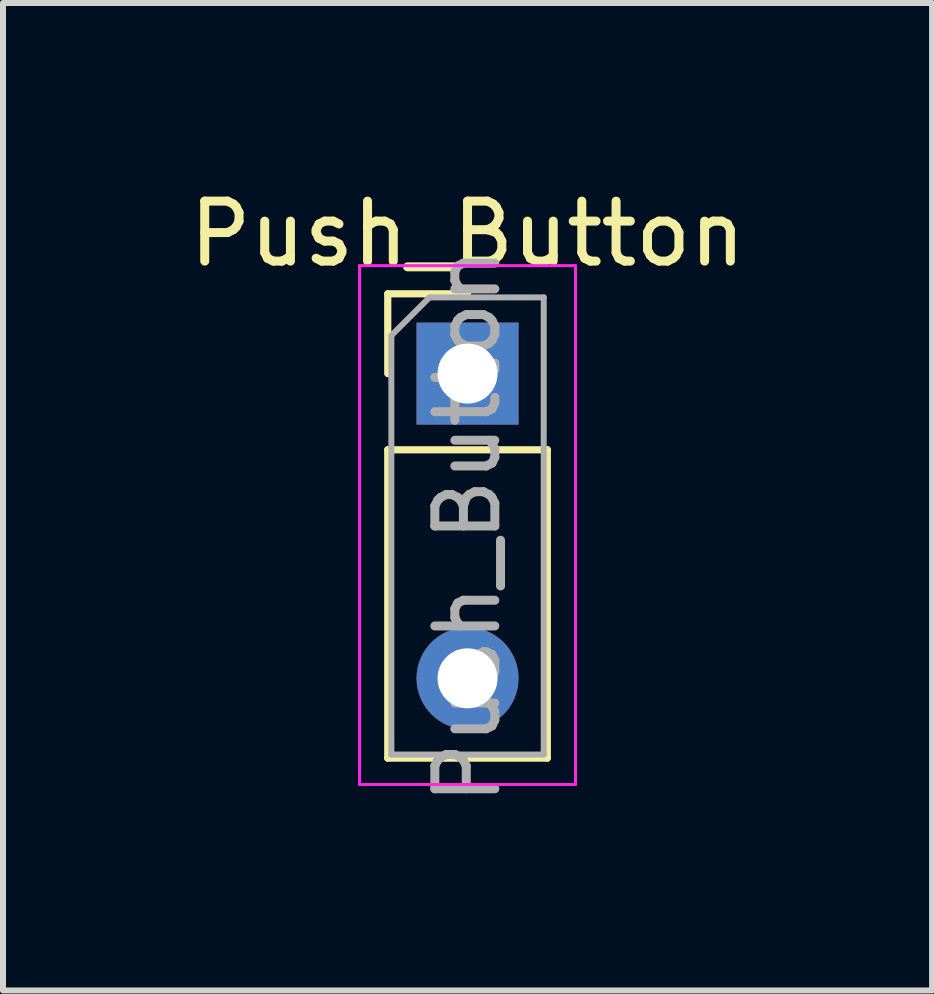
<source format=kicad_pcb>
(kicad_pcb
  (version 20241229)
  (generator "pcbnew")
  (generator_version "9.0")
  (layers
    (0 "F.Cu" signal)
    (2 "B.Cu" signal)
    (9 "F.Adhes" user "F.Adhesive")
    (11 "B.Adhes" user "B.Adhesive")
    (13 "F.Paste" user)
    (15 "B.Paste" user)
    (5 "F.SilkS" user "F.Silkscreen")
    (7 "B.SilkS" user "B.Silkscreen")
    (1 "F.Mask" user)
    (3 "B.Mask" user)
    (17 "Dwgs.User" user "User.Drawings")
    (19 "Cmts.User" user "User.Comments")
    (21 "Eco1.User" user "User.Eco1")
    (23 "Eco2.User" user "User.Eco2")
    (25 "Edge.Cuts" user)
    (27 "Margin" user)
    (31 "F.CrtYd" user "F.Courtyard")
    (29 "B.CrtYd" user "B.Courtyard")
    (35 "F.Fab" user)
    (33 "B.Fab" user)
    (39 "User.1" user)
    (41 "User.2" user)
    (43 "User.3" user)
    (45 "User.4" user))
  (footprint "Push_Button"
    (layer "F.Cu")
    (at 4.744 3.178)
    (property "Reference" "Push_Button" (at 0 -2.33 0) (layer "F.SilkS") (effects (font (size 1 1) (thickness 0.15))))
    (attr through_hole)
    (fp_line (start -1.33 -1.33) (end 0 -1.33) (stroke (width 0.12) (type solid)) (layer "F.SilkS"))
    (fp_line (start -1.33 0) (end -1.33 -1.33) (stroke (width 0.12) (type solid)) (layer "F.SilkS"))
    (fp_line (start -1.33 1.27) (end -1.33 6.41) (stroke (width 0.12) (type solid)) (layer "F.SilkS"))
    (fp_line (start -1.33 1.27) (end 1.33 1.27) (stroke (width 0.12) (type solid)) (layer "F.SilkS"))
    (fp_line (start -1.33 6.41) (end 1.33 6.41) (stroke (width 0.12) (type solid)) (layer "F.SilkS"))
    (fp_line (start 1.33 1.27) (end 1.33 6.41) (stroke (width 0.12) (type solid)) (layer "F.SilkS"))
    (fp_line (start -1.8 -1.8) (end -1.8 6.85) (stroke (width 0.05) (type solid)) (layer "F.CrtYd"))
    (fp_line (start -1.8 6.85) (end 1.8 6.85) (stroke (width 0.05) (type solid)) (layer "F.CrtYd"))
    (fp_line (start 1.8 -1.8) (end -1.8 -1.8) (stroke (width 0.05) (type solid)) (layer "F.CrtYd"))
    (fp_line (start 1.8 6.85) (end 1.8 -1.8) (stroke (width 0.05) (type solid)) (layer "F.CrtYd"))
    (fp_line (start -1.27 -0.635) (end -0.635 -1.27) (stroke (width 0.1) (type solid)) (layer "F.Fab"))
    (fp_line (start -1.27 6.35) (end -1.27 -0.635) (stroke (width 0.1) (type solid)) (layer "F.Fab"))
    (fp_line (start -0.635 -1.27) (end 1.27 -1.27) (stroke (width 0.1) (type solid)) (layer "F.Fab"))
    (fp_line (start 1.27 -1.27) (end 1.27 6.35) (stroke (width 0.1) (type solid)) (layer "F.Fab"))
    (fp_line (start 1.27 6.35) (end -1.27 6.35) (stroke (width 0.1) (type solid)) (layer "F.Fab"))
    (fp_text user "${REFERENCE}" (at 0 2.54 90) (layer "F.Fab") (effects (font (size 1 1) (thickness 0.15))))
    (pad "1" thru_hole rect (at 0 0) (size 1.7 1.7) (drill 1) (layers "*.Cu" "*.Mask"))
    (pad "2" thru_hole oval (at 0 5.08) (size 1.7 1.7) (drill 1) (layers "*.Cu" "*.Mask")))
  (gr_rect
    (start -3 -3)
    (end 12.488 13.462)
    (stroke (width 0.1) (type default))
    (fill no)
    (layer "Edge.Cuts")))
</source>
